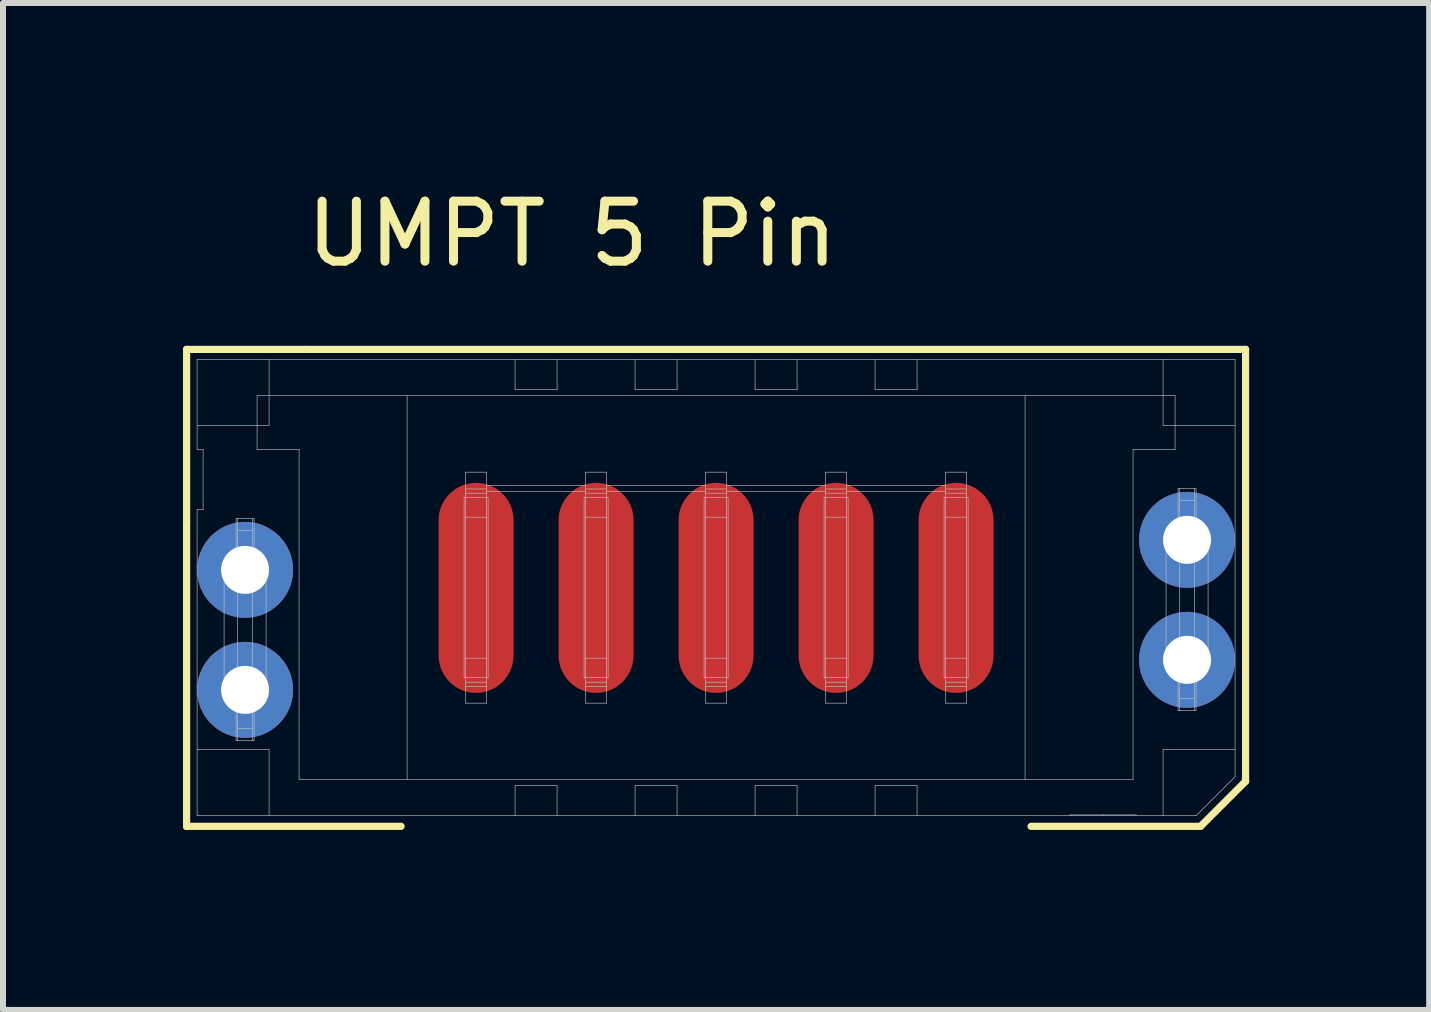
<source format=kicad_pcb>
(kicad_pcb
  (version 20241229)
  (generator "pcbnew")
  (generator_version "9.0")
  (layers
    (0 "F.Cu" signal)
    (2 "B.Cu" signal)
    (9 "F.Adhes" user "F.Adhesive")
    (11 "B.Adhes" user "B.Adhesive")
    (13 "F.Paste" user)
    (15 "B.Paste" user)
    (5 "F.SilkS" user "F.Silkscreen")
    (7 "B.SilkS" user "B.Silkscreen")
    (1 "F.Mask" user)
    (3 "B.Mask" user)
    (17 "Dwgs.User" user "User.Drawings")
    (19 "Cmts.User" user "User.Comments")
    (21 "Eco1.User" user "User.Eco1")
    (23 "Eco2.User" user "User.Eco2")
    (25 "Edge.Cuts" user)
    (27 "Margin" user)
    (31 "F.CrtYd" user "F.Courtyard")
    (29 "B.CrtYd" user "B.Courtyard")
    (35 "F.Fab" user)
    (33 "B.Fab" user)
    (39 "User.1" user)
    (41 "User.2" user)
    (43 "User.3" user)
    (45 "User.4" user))
  (footprint "UMPT 5 Pin"
    (layer "F.Cu")
    (at 8.885 6.748)
    (property "Reference" "UMPT 5 Pin" (at -2.4 -5.9 0) (layer "F.SilkS") (effects (font (size 1 1) (thickness 0.15))))
    (attr through_hole)
    (fp_line (start -8.825 -3.975) (end -6.825 -3.975) (stroke (width 0.12) (type solid)) (layer "F.SilkS"))
    (fp_line (start -8.825 -1.1) (end -8.825 -3.975) (stroke (width 0.12) (type solid)) (layer "F.SilkS"))
    (fp_line (start -8.825 3.975) (end -8.825 -1.1) (stroke (width 0.12) (type solid)) (layer "F.SilkS"))
    (fp_line (start -8.825 3.975) (end -5.25 3.975) (stroke (width 0.12) (type solid)) (layer "F.SilkS"))
    (fp_line (start -8.8 3.975) (end -8.825 3.975) (stroke (width 0.12) (type solid)) (layer "F.SilkS"))
    (fp_line (start -6.825 -3.975) (end 8.825 -3.975) (stroke (width 0.12) (type solid)) (layer "F.SilkS"))
    (fp_line (start 8.075 3.975) (end 5.25 3.975) (stroke (width 0.12) (type solid)) (layer "F.SilkS"))
    (fp_line (start 8.825 -3.975) (end 8.825 3.225) (stroke (width 0.12) (type solid)) (layer "F.SilkS"))
    (fp_line (start 8.825 3.225) (end 8.075 3.975) (stroke (width 0.12) (type solid)) (layer "F.SilkS"))
    (fp_line (start -8.65 -3.803) (end -8.65 -2.303) (stroke (width 0.01) (type solid)) (layer "Dwgs.User"))
    (fp_line (start -8.65 -2.303) (end -8.55 -2.303) (stroke (width 0.01) (type solid)) (layer "Dwgs.User"))
    (fp_line (start -8.65 -1.303) (end -8.65 3.797) (stroke (width 0.01) (type solid)) (layer "Dwgs.User"))
    (fp_line (start -8.65 2.697) (end -7.45 2.697) (stroke (width 0.01) (type solid)) (layer "Dwgs.User"))
    (fp_line (start -8.65 3.797) (end 8 3.797) (stroke (width 0.01) (type solid)) (layer "Dwgs.User"))
    (fp_line (start -8.55 -2.303) (end -8.55 -1.303) (stroke (width 0.01) (type solid)) (layer "Dwgs.User"))
    (fp_line (start -8.55 -1.303) (end -8.65 -1.303) (stroke (width 0.01) (type solid)) (layer "Dwgs.User"))
    (fp_line (start -8.2 -0.303) (end -8.2 1.697) (stroke (width 0.01) (type solid)) (layer "Dwgs.User"))
    (fp_line (start -8.2 1.697) (end -8 1.697) (stroke (width 0.01) (type solid)) (layer "Dwgs.User"))
    (fp_line (start -8 -1.153) (end -8 -0.303) (stroke (width 0.01) (type solid)) (layer "Dwgs.User"))
    (fp_line (start -8 -0.303) (end -8.2 -0.303) (stroke (width 0.01) (type solid)) (layer "Dwgs.User"))
    (fp_line (start -8 1.697) (end -8 2.547) (stroke (width 0.01) (type solid)) (layer "Dwgs.User"))
    (fp_line (start -8 2.547) (end -7.7 2.547) (stroke (width 0.01) (type solid)) (layer "Dwgs.User"))
    (fp_line (start -7.975 -1.153) (end -7.975 2.547) (stroke (width 0.01) (type solid)) (layer "Dwgs.User"))
    (fp_line (start -7.975 -0.559) (end -7.725 -0.559) (stroke (width 0.01) (type solid)) (layer "Dwgs.User"))
    (fp_line (start -7.975 1.441) (end -7.725 1.441) (stroke (width 0.01) (type solid)) (layer "Dwgs.User"))
    (fp_line (start -7.725 -1.153) (end -7.725 2.547) (stroke (width 0.01) (type solid)) (layer "Dwgs.User"))
    (fp_line (start -7.725 -0.953) (end -7.975 -0.953) (stroke (width 0.01) (type solid)) (layer "Dwgs.User"))
    (fp_line (start -7.725 -0.623) (end -7.975 -0.623) (stroke (width 0.01) (type solid)) (layer "Dwgs.User"))
    (fp_line (start -7.725 -0.373) (end -7.975 -0.373) (stroke (width 0.01) (type solid)) (layer "Dwgs.User"))
    (fp_line (start -7.725 -0.233) (end -7.975 -0.233) (stroke (width 0.01) (type solid)) (layer "Dwgs.User"))
    (fp_line (start -7.725 -0.153) (end -7.975 -0.153) (stroke (width 0.01) (type solid)) (layer "Dwgs.User"))
    (fp_line (start -7.725 -0.046) (end -7.975 -0.046) (stroke (width 0.01) (type solid)) (layer "Dwgs.User"))
    (fp_line (start -7.725 0.017) (end -7.975 0.017) (stroke (width 0.01) (type solid)) (layer "Dwgs.User"))
    (fp_line (start -7.725 1.377) (end -7.975 1.377) (stroke (width 0.01) (type solid)) (layer "Dwgs.User"))
    (fp_line (start -7.725 1.547) (end -7.975 1.547) (stroke (width 0.01) (type solid)) (layer "Dwgs.User"))
    (fp_line (start -7.725 1.627) (end -7.975 1.627) (stroke (width 0.01) (type solid)) (layer "Dwgs.User"))
    (fp_line (start -7.725 1.767) (end -7.975 1.767) (stroke (width 0.01) (type solid)) (layer "Dwgs.User"))
    (fp_line (start -7.725 1.954) (end -7.975 1.954) (stroke (width 0.01) (type solid)) (layer "Dwgs.User"))
    (fp_line (start -7.725 2.017) (end -7.975 2.017) (stroke (width 0.01) (type solid)) (layer "Dwgs.User"))
    (fp_line (start -7.725 2.347) (end -7.975 2.347) (stroke (width 0.01) (type solid)) (layer "Dwgs.User"))
    (fp_line (start -7.7 -1.153) (end -8 -1.153) (stroke (width 0.01) (type solid)) (layer "Dwgs.User"))
    (fp_line (start -7.7 -0.303) (end -7.7 -1.153) (stroke (width 0.01) (type solid)) (layer "Dwgs.User"))
    (fp_line (start -7.7 1.697) (end -7.5 1.697) (stroke (width 0.01) (type solid)) (layer "Dwgs.User"))
    (fp_line (start -7.7 2.547) (end -7.7 1.697) (stroke (width 0.01) (type solid)) (layer "Dwgs.User"))
    (fp_line (start -7.65 -3.203) (end -7.65 -2.303) (stroke (width 0.01) (type solid)) (layer "Dwgs.User"))
    (fp_line (start -7.65 -2.303) (end -6.95 -2.303) (stroke (width 0.01) (type solid)) (layer "Dwgs.User"))
    (fp_line (start -7.5 -0.303) (end -7.7 -0.303) (stroke (width 0.01) (type solid)) (layer "Dwgs.User"))
    (fp_line (start -7.5 1.697) (end -7.5 -0.303) (stroke (width 0.01) (type solid)) (layer "Dwgs.User"))
    (fp_line (start -7.45 -2.703) (end -8.65 -2.703) (stroke (width 0.01) (type solid)) (layer "Dwgs.User"))
    (fp_line (start -7.45 2.697) (end -7.45 3.797) (stroke (width 0.01) (type solid)) (layer "Dwgs.User"))
    (fp_line (start -7.45 -3.803) (end -7.45 -2.703) (stroke (width 0.01) (type solid)) (layer "Dwgs.User"))
    (fp_line (start -6.95 -2.303) (end -6.95 3.197) (stroke (width 0.01) (type solid)) (layer "Dwgs.User"))
    (fp_line (start -6.95 3.197) (end 6.95 3.197) (stroke (width 0.01) (type solid)) (layer "Dwgs.User"))
    (fp_line (start -5.15 3.197) (end -5.15 -3.203) (stroke (width 0.01) (type solid)) (layer "Dwgs.User"))
    (fp_line (start -4.2 -1.503) (end -4.2 1.497) (stroke (width 0.01) (type solid)) (layer "Dwgs.User"))
    (fp_line (start -4.2 1.497) (end -4.175 1.497) (stroke (width 0.01) (type solid)) (layer "Dwgs.User"))
    (fp_line (start -4.175 -1.928) (end -4.175 1.922) (stroke (width 0.01) (type solid)) (layer "Dwgs.User"))
    (fp_line (start -4.175 -1.648) (end -3.825 -1.648) (stroke (width 0.01) (type solid)) (layer "Dwgs.User"))
    (fp_line (start -4.175 -1.503) (end -4.2 -1.503) (stroke (width 0.01) (type solid)) (layer "Dwgs.User"))
    (fp_line (start -4.175 1.497) (end -3.825 1.497) (stroke (width 0.01) (type solid)) (layer "Dwgs.User"))
    (fp_line (start -3.825 -1.928) (end -4.175 -1.928) (stroke (width 0.01) (type solid)) (layer "Dwgs.User"))
    (fp_line (start -3.825 -1.578) (end -4.175 -1.578) (stroke (width 0.01) (type solid)) (layer "Dwgs.User"))
    (fp_line (start -3.825 -1.503) (end -4.175 -1.503) (stroke (width 0.01) (type solid)) (layer "Dwgs.User"))
    (fp_line (start -3.825 -1.178) (end -4.175 -1.178) (stroke (width 0.01) (type solid)) (layer "Dwgs.User"))
    (fp_line (start -3.825 1.172) (end -4.175 1.172) (stroke (width 0.01) (type solid)) (layer "Dwgs.User"))
    (fp_line (start -3.825 1.497) (end -3.8 1.497) (stroke (width 0.01) (type solid)) (layer "Dwgs.User"))
    (fp_line (start -3.825 1.572) (end -4.175 1.572) (stroke (width 0.01) (type solid)) (layer "Dwgs.User"))
    (fp_line (start -3.825 1.642) (end -4.175 1.642) (stroke (width 0.01) (type solid)) (layer "Dwgs.User"))
    (fp_line (start -3.825 1.922) (end -4.175 1.922) (stroke (width 0.01) (type solid)) (layer "Dwgs.User"))
    (fp_line (start -3.825 1.922) (end -3.825 -1.928) (stroke (width 0.01) (type solid)) (layer "Dwgs.User"))
    (fp_line (start -3.8 -1.503) (end -3.825 -1.503) (stroke (width 0.01) (type solid)) (layer "Dwgs.User"))
    (fp_line (start -3.8 1.497) (end -3.8 -1.503) (stroke (width 0.01) (type solid)) (layer "Dwgs.User"))
    (fp_line (start -3.35 -3.303) (end -3.35 -3.803) (stroke (width 0.01) (type solid)) (layer "Dwgs.User"))
    (fp_line (start -3.35 3.297) (end -3.35 3.797) (stroke (width 0.01) (type solid)) (layer "Dwgs.User"))
    (fp_line (start -2.65 -3.303) (end -3.35 -3.303) (stroke (width 0.01) (type solid)) (layer "Dwgs.User"))
    (fp_line (start -2.65 -3.303) (end -2.65 -3.803) (stroke (width 0.01) (type solid)) (layer "Dwgs.User"))
    (fp_line (start -2.65 3.297) (end -3.35 3.297) (stroke (width 0.01) (type solid)) (layer "Dwgs.User"))
    (fp_line (start -2.65 3.297) (end -2.65 3.797) (stroke (width 0.01) (type solid)) (layer "Dwgs.User"))
    (fp_line (start -2.2 -1.503) (end -2.2 1.497) (stroke (width 0.01) (type solid)) (layer "Dwgs.User"))
    (fp_line (start -2.2 1.497) (end -2.175 1.497) (stroke (width 0.01) (type solid)) (layer "Dwgs.User"))
    (fp_line (start -2.175 -1.928) (end -2.175 1.922) (stroke (width 0.01) (type solid)) (layer "Dwgs.User"))
    (fp_line (start -2.175 -1.703) (end -3.825 -1.703) (stroke (width 0.01) (type solid)) (layer "Dwgs.User"))
    (fp_line (start -2.175 -1.603) (end -3.825 -1.603) (stroke (width 0.01) (type solid)) (layer "Dwgs.User"))
    (fp_line (start -2.175 -1.503) (end -2.2 -1.503) (stroke (width 0.01) (type solid)) (layer "Dwgs.User"))
    (fp_line (start -2.175 1.497) (end -1.825 1.497) (stroke (width 0.01) (type solid)) (layer "Dwgs.User"))
    (fp_line (start -1.825 -1.928) (end -2.175 -1.928) (stroke (width 0.01) (type solid)) (layer "Dwgs.User"))
    (fp_line (start -1.825 -1.648) (end -2.175 -1.648) (stroke (width 0.01) (type solid)) (layer "Dwgs.User"))
    (fp_line (start -1.825 -1.578) (end -2.175 -1.578) (stroke (width 0.01) (type solid)) (layer "Dwgs.User"))
    (fp_line (start -1.825 -1.503) (end -2.175 -1.503) (stroke (width 0.01) (type solid)) (layer "Dwgs.User"))
    (fp_line (start -1.825 -1.178) (end -2.175 -1.178) (stroke (width 0.01) (type solid)) (layer "Dwgs.User"))
    (fp_line (start -1.825 1.172) (end -2.175 1.172) (stroke (width 0.01) (type solid)) (layer "Dwgs.User"))
    (fp_line (start -1.825 1.497) (end -1.8 1.497) (stroke (width 0.01) (type solid)) (layer "Dwgs.User"))
    (fp_line (start -1.825 1.572) (end -2.175 1.572) (stroke (width 0.01) (type solid)) (layer "Dwgs.User"))
    (fp_line (start -1.825 1.642) (end -2.175 1.642) (stroke (width 0.01) (type solid)) (layer "Dwgs.User"))
    (fp_line (start -1.825 1.922) (end -2.175 1.922) (stroke (width 0.01) (type solid)) (layer "Dwgs.User"))
    (fp_line (start -1.825 1.922) (end -1.825 -1.928) (stroke (width 0.01) (type solid)) (layer "Dwgs.User"))
    (fp_line (start -1.8 -1.503) (end -1.825 -1.503) (stroke (width 0.01) (type solid)) (layer "Dwgs.User"))
    (fp_line (start -1.8 1.497) (end -1.8 -1.503) (stroke (width 0.01) (type solid)) (layer "Dwgs.User"))
    (fp_line (start -1.35 -3.303) (end -1.35 -3.803) (stroke (width 0.01) (type solid)) (layer "Dwgs.User"))
    (fp_line (start -1.35 3.297) (end -1.35 3.797) (stroke (width 0.01) (type solid)) (layer "Dwgs.User"))
    (fp_line (start -0.65 -3.303) (end -1.35 -3.303) (stroke (width 0.01) (type solid)) (layer "Dwgs.User"))
    (fp_line (start -0.65 -3.303) (end -0.65 -3.803) (stroke (width 0.01) (type solid)) (layer "Dwgs.User"))
    (fp_line (start -0.65 3.297) (end -1.35 3.297) (stroke (width 0.01) (type solid)) (layer "Dwgs.User"))
    (fp_line (start -0.65 3.297) (end -0.65 3.797) (stroke (width 0.01) (type solid)) (layer "Dwgs.User"))
    (fp_line (start -0.2 -1.503) (end -0.2 1.497) (stroke (width 0.01) (type solid)) (layer "Dwgs.User"))
    (fp_line (start -0.2 1.497) (end -0.175 1.497) (stroke (width 0.01) (type solid)) (layer "Dwgs.User"))
    (fp_line (start -0.175 -1.928) (end -0.175 1.922) (stroke (width 0.01) (type solid)) (layer "Dwgs.User"))
    (fp_line (start -0.175 -1.703) (end -1.825 -1.703) (stroke (width 0.01) (type solid)) (layer "Dwgs.User"))
    (fp_line (start -0.175 -1.603) (end -1.825 -1.603) (stroke (width 0.01) (type solid)) (layer "Dwgs.User"))
    (fp_line (start -0.175 -1.503) (end -0.2 -1.503) (stroke (width 0.01) (type solid)) (layer "Dwgs.User"))
    (fp_line (start -0.175 1.497) (end 0.175 1.497) (stroke (width 0.01) (type solid)) (layer "Dwgs.User"))
    (fp_line (start 0.175 -1.928) (end -0.175 -1.928) (stroke (width 0.01) (type solid)) (layer "Dwgs.User"))
    (fp_line (start 0.175 -1.648) (end -0.175 -1.648) (stroke (width 0.01) (type solid)) (layer "Dwgs.User"))
    (fp_line (start 0.175 -1.578) (end -0.175 -1.578) (stroke (width 0.01) (type solid)) (layer "Dwgs.User"))
    (fp_line (start 0.175 -1.503) (end -0.175 -1.503) (stroke (width 0.01) (type solid)) (layer "Dwgs.User"))
    (fp_line (start 0.175 -1.178) (end -0.175 -1.178) (stroke (width 0.01) (type solid)) (layer "Dwgs.User"))
    (fp_line (start 0.175 1.172) (end -0.175 1.172) (stroke (width 0.01) (type solid)) (layer "Dwgs.User"))
    (fp_line (start 0.175 1.497) (end 0.2 1.497) (stroke (width 0.01) (type solid)) (layer "Dwgs.User"))
    (fp_line (start 0.175 1.572) (end -0.175 1.572) (stroke (width 0.01) (type solid)) (layer "Dwgs.User"))
    (fp_line (start 0.175 1.642) (end -0.175 1.642) (stroke (width 0.01) (type solid)) (layer "Dwgs.User"))
    (fp_line (start 0.175 1.922) (end -0.175 1.922) (stroke (width 0.01) (type solid)) (layer "Dwgs.User"))
    (fp_line (start 0.175 1.922) (end 0.175 -1.928) (stroke (width 0.01) (type solid)) (layer "Dwgs.User"))
    (fp_line (start 0.2 -1.503) (end 0.175 -1.503) (stroke (width 0.01) (type solid)) (layer "Dwgs.User"))
    (fp_line (start 0.2 1.497) (end 0.2 -1.503) (stroke (width 0.01) (type solid)) (layer "Dwgs.User"))
    (fp_line (start 0.65 -3.303) (end 0.65 -3.803) (stroke (width 0.01) (type solid)) (layer "Dwgs.User"))
    (fp_line (start 0.65 3.297) (end 0.65 3.797) (stroke (width 0.01) (type solid)) (layer "Dwgs.User"))
    (fp_line (start 1.35 -3.303) (end 0.65 -3.303) (stroke (width 0.01) (type solid)) (layer "Dwgs.User"))
    (fp_line (start 1.35 -3.303) (end 1.35 -3.803) (stroke (width 0.01) (type solid)) (layer "Dwgs.User"))
    (fp_line (start 1.35 3.297) (end 0.65 3.297) (stroke (width 0.01) (type solid)) (layer "Dwgs.User"))
    (fp_line (start 1.35 3.297) (end 1.35 3.797) (stroke (width 0.01) (type solid)) (layer "Dwgs.User"))
    (fp_line (start 1.8 -1.503) (end 1.8 1.497) (stroke (width 0.01) (type solid)) (layer "Dwgs.User"))
    (fp_line (start 1.8 1.497) (end 1.825 1.497) (stroke (width 0.01) (type solid)) (layer "Dwgs.User"))
    (fp_line (start 1.825 -1.928) (end 1.825 1.922) (stroke (width 0.01) (type solid)) (layer "Dwgs.User"))
    (fp_line (start 1.825 -1.703) (end 0.175 -1.703) (stroke (width 0.01) (type solid)) (layer "Dwgs.User"))
    (fp_line (start 1.825 -1.603) (end 0.175 -1.603) (stroke (width 0.01) (type solid)) (layer "Dwgs.User"))
    (fp_line (start 1.825 -1.503) (end 1.8 -1.503) (stroke (width 0.01) (type solid)) (layer "Dwgs.User"))
    (fp_line (start 1.825 1.497) (end 2.175 1.497) (stroke (width 0.01) (type solid)) (layer "Dwgs.User"))
    (fp_line (start 2.175 -1.928) (end 1.825 -1.928) (stroke (width 0.01) (type solid)) (layer "Dwgs.User"))
    (fp_line (start 2.175 -1.648) (end 1.825 -1.648) (stroke (width 0.01) (type solid)) (layer "Dwgs.User"))
    (fp_line (start 2.175 -1.578) (end 1.825 -1.578) (stroke (width 0.01) (type solid)) (layer "Dwgs.User"))
    (fp_line (start 2.175 -1.503) (end 1.825 -1.503) (stroke (width 0.01) (type solid)) (layer "Dwgs.User"))
    (fp_line (start 2.175 -1.178) (end 1.825 -1.178) (stroke (width 0.01) (type solid)) (layer "Dwgs.User"))
    (fp_line (start 2.175 1.172) (end 1.825 1.172) (stroke (width 0.01) (type solid)) (layer "Dwgs.User"))
    (fp_line (start 2.175 1.497) (end 2.2 1.497) (stroke (width 0.01) (type solid)) (layer "Dwgs.User"))
    (fp_line (start 2.175 1.572) (end 1.825 1.572) (stroke (width 0.01) (type solid)) (layer "Dwgs.User"))
    (fp_line (start 2.175 1.642) (end 1.825 1.642) (stroke (width 0.01) (type solid)) (layer "Dwgs.User"))
    (fp_line (start 2.175 1.922) (end 1.825 1.922) (stroke (width 0.01) (type solid)) (layer "Dwgs.User"))
    (fp_line (start 2.175 1.922) (end 2.175 -1.928) (stroke (width 0.01) (type solid)) (layer "Dwgs.User"))
    (fp_line (start 2.2 -1.503) (end 2.175 -1.503) (stroke (width 0.01) (type solid)) (layer "Dwgs.User"))
    (fp_line (start 2.2 1.497) (end 2.2 -1.503) (stroke (width 0.01) (type solid)) (layer "Dwgs.User"))
    (fp_line (start 2.65 -3.303) (end 2.65 -3.803) (stroke (width 0.01) (type solid)) (layer "Dwgs.User"))
    (fp_line (start 2.65 3.297) (end 2.65 3.797) (stroke (width 0.01) (type solid)) (layer "Dwgs.User"))
    (fp_line (start 3.35 -3.303) (end 2.65 -3.303) (stroke (width 0.01) (type solid)) (layer "Dwgs.User"))
    (fp_line (start 3.35 -3.303) (end 3.35 -3.803) (stroke (width 0.01) (type solid)) (layer "Dwgs.User"))
    (fp_line (start 3.35 3.297) (end 2.65 3.297) (stroke (width 0.01) (type solid)) (layer "Dwgs.User"))
    (fp_line (start 3.35 3.297) (end 3.35 3.797) (stroke (width 0.01) (type solid)) (layer "Dwgs.User"))
    (fp_line (start 3.8 -1.503) (end 3.8 1.497) (stroke (width 0.01) (type solid)) (layer "Dwgs.User"))
    (fp_line (start 3.8 1.497) (end 3.825 1.497) (stroke (width 0.01) (type solid)) (layer "Dwgs.User"))
    (fp_line (start 3.825 -1.928) (end 3.825 1.922) (stroke (width 0.01) (type solid)) (layer "Dwgs.User"))
    (fp_line (start 3.825 -1.703) (end 2.175 -1.703) (stroke (width 0.01) (type solid)) (layer "Dwgs.User"))
    (fp_line (start 3.825 -1.603) (end 2.175 -1.603) (stroke (width 0.01) (type solid)) (layer "Dwgs.User"))
    (fp_line (start 3.825 -1.503) (end 3.8 -1.503) (stroke (width 0.01) (type solid)) (layer "Dwgs.User"))
    (fp_line (start 3.825 1.497) (end 4.175 1.497) (stroke (width 0.01) (type solid)) (layer "Dwgs.User"))
    (fp_line (start 4.175 -1.928) (end 3.825 -1.928) (stroke (width 0.01) (type solid)) (layer "Dwgs.User"))
    (fp_line (start 4.175 -1.648) (end 3.825 -1.648) (stroke (width 0.01) (type solid)) (layer "Dwgs.User"))
    (fp_line (start 4.175 -1.578) (end 3.825 -1.578) (stroke (width 0.01) (type solid)) (layer "Dwgs.User"))
    (fp_line (start 4.175 -1.503) (end 3.825 -1.503) (stroke (width 0.01) (type solid)) (layer "Dwgs.User"))
    (fp_line (start 4.175 -1.178) (end 3.825 -1.178) (stroke (width 0.01) (type solid)) (layer "Dwgs.User"))
    (fp_line (start 4.175 1.172) (end 3.825 1.172) (stroke (width 0.01) (type solid)) (layer "Dwgs.User"))
    (fp_line (start 4.175 1.497) (end 4.2 1.497) (stroke (width 0.01) (type solid)) (layer "Dwgs.User"))
    (fp_line (start 4.175 1.572) (end 3.825 1.572) (stroke (width 0.01) (type solid)) (layer "Dwgs.User"))
    (fp_line (start 4.175 1.642) (end 3.825 1.642) (stroke (width 0.01) (type solid)) (layer "Dwgs.User"))
    (fp_line (start 4.175 1.922) (end 3.825 1.922) (stroke (width 0.01) (type solid)) (layer "Dwgs.User"))
    (fp_line (start 4.175 1.922) (end 4.175 -1.928) (stroke (width 0.01) (type solid)) (layer "Dwgs.User"))
    (fp_line (start 4.2 -1.503) (end 4.175 -1.503) (stroke (width 0.01) (type solid)) (layer "Dwgs.User"))
    (fp_line (start 4.2 1.497) (end 4.2 -1.503) (stroke (width 0.01) (type solid)) (layer "Dwgs.User"))
    (fp_line (start 5.15 -3.203) (end 5.15 3.197) (stroke (width 0.01) (type solid)) (layer "Dwgs.User"))
    (fp_line (start 5.9 3.784) (end 5.9 3.797) (stroke (width 0.01) (type solid)) (layer "Dwgs.User"))
    (fp_line (start 6.45 3.784) (end 6.45 3.797) (stroke (width 0.01) (type solid)) (layer "Dwgs.User"))
    (fp_line (start 6.95 -2.303) (end 7.65 -2.303) (stroke (width 0.01) (type solid)) (layer "Dwgs.User"))
    (fp_line (start 6.95 3.197) (end 6.95 -2.303) (stroke (width 0.01) (type solid)) (layer "Dwgs.User"))
    (fp_line (start 7 3.784) (end 5.9 3.784) (stroke (width 0.01) (type solid)) (layer "Dwgs.User"))
    (fp_line (start 7 3.784) (end 7 3.797) (stroke (width 0.01) (type solid)) (layer "Dwgs.User"))
    (fp_line (start 7.45 3.797) (end 7.45 2.697) (stroke (width 0.01) (type solid)) (layer "Dwgs.User"))
    (fp_line (start 7.45 -2.703) (end 7.45 -3.803) (stroke (width 0.01) (type solid)) (layer "Dwgs.User"))
    (fp_line (start 7.45 2.697) (end 8.65 2.697) (stroke (width 0.01) (type solid)) (layer "Dwgs.User"))
    (fp_line (start 7.5 -0.803) (end 7.5 1.197) (stroke (width 0.01) (type solid)) (layer "Dwgs.User"))
    (fp_line (start 7.5 1.197) (end 7.7 1.197) (stroke (width 0.01) (type solid)) (layer "Dwgs.User"))
    (fp_line (start 7.65 -3.203) (end -7.65 -3.203) (stroke (width 0.01) (type solid)) (layer "Dwgs.User"))
    (fp_line (start 7.65 -2.303) (end 7.65 -3.203) (stroke (width 0.01) (type solid)) (layer "Dwgs.User"))
    (fp_line (start 7.7 -1.653) (end 7.7 -0.803) (stroke (width 0.01) (type solid)) (layer "Dwgs.User"))
    (fp_line (start 7.7 -0.803) (end 7.5 -0.803) (stroke (width 0.01) (type solid)) (layer "Dwgs.User"))
    (fp_line (start 7.7 1.197) (end 7.7 2.047) (stroke (width 0.01) (type solid)) (layer "Dwgs.User"))
    (fp_line (start 7.7 2.047) (end 8 2.047) (stroke (width 0.01) (type solid)) (layer "Dwgs.User"))
    (fp_line (start 7.725 -1.653) (end 7.725 2.047) (stroke (width 0.01) (type solid)) (layer "Dwgs.User"))
    (fp_line (start 7.725 -1.059) (end 7.975 -1.059) (stroke (width 0.01) (type solid)) (layer "Dwgs.User"))
    (fp_line (start 7.725 0.941) (end 7.975 0.941) (stroke (width 0.01) (type solid)) (layer "Dwgs.User"))
    (fp_line (start 7.975 -1.653) (end 7.975 2.047) (stroke (width 0.01) (type solid)) (layer "Dwgs.User"))
    (fp_line (start 7.975 -1.453) (end 7.725 -1.453) (stroke (width 0.01) (type solid)) (layer "Dwgs.User"))
    (fp_line (start 7.975 -1.123) (end 7.725 -1.123) (stroke (width 0.01) (type solid)) (layer "Dwgs.User"))
    (fp_line (start 7.975 -0.873) (end 7.725 -0.873) (stroke (width 0.01) (type solid)) (layer "Dwgs.User"))
    (fp_line (start 7.975 -0.733) (end 7.725 -0.733) (stroke (width 0.01) (type solid)) (layer "Dwgs.User"))
    (fp_line (start 7.975 -0.653) (end 7.725 -0.653) (stroke (width 0.01) (type solid)) (layer "Dwgs.User"))
    (fp_line (start 7.975 -0.546) (end 7.725 -0.546) (stroke (width 0.01) (type solid)) (layer "Dwgs.User"))
    (fp_line (start 7.975 -0.483) (end 7.725 -0.483) (stroke (width 0.01) (type solid)) (layer "Dwgs.User"))
    (fp_line (start 7.975 0.877) (end 7.725 0.877) (stroke (width 0.01) (type solid)) (layer "Dwgs.User"))
    (fp_line (start 7.975 1.047) (end 7.725 1.047) (stroke (width 0.01) (type solid)) (layer "Dwgs.User"))
    (fp_line (start 7.975 1.127) (end 7.725 1.127) (stroke (width 0.01) (type solid)) (layer "Dwgs.User"))
    (fp_line (start 7.975 1.267) (end 7.725 1.267) (stroke (width 0.01) (type solid)) (layer "Dwgs.User"))
    (fp_line (start 7.975 1.454) (end 7.725 1.454) (stroke (width 0.01) (type solid)) (layer "Dwgs.User"))
    (fp_line (start 7.975 1.517) (end 7.725 1.517) (stroke (width 0.01) (type solid)) (layer "Dwgs.User"))
    (fp_line (start 7.975 1.847) (end 7.725 1.847) (stroke (width 0.01) (type solid)) (layer "Dwgs.User"))
    (fp_line (start 8 -1.653) (end 7.7 -1.653) (stroke (width 0.01) (type solid)) (layer "Dwgs.User"))
    (fp_line (start 8 -0.803) (end 8 -1.653) (stroke (width 0.01) (type solid)) (layer "Dwgs.User"))
    (fp_line (start 8 1.197) (end 8.2 1.197) (stroke (width 0.01) (type solid)) (layer "Dwgs.User"))
    (fp_line (start 8 2.047) (end 8 1.197) (stroke (width 0.01) (type solid)) (layer "Dwgs.User"))
    (fp_line (start 8 3.797) (end 8.65 3.147) (stroke (width 0.01) (type solid)) (layer "Dwgs.User"))
    (fp_line (start 8.2 -0.803) (end 8 -0.803) (stroke (width 0.01) (type solid)) (layer "Dwgs.User"))
    (fp_line (start 8.2 1.197) (end 8.2 -0.803) (stroke (width 0.01) (type solid)) (layer "Dwgs.User"))
    (fp_line (start 8.65 -3.803) (end -8.65 -3.803) (stroke (width 0.01) (type solid)) (layer "Dwgs.User"))
    (fp_line (start 8.65 -2.703) (end 7.45 -2.703) (stroke (width 0.01) (type solid)) (layer "Dwgs.User"))
    (fp_line (start 8.65 3.147) (end 8.65 -3.803) (stroke (width 0.01) (type solid)) (layer "Dwgs.User"))
    (pad "1" smd oval (at 4 0) (size 1.25 3.5) (layers "F.Cu" "F.Mask" "F.Paste"))
    (pad "2" smd oval (at 2 0) (size 1.25 3.5) (layers "F.Cu" "F.Mask" "F.Paste"))
    (pad "3" smd oval (at 0 0) (size 1.25 3.5) (layers "F.Cu" "F.Mask" "F.Paste"))
    (pad "4" smd oval (at -2 0) (size 1.25 3.5) (layers "F.Cu" "F.Mask" "F.Paste"))
    (pad "5" smd oval (at -4 0) (size 1.25 3.5) (layers "F.Cu" "F.Mask" "F.Paste"))
    (pad "6" thru_hole circle (at -7.85 -0.3) (size 1.6 1.6) (drill 0.8) (layers "*.Cu" "*.Mask"))
    (pad "7" thru_hole circle (at -7.85 1.7) (size 1.6 1.6) (drill 0.8) (layers "*.Cu" "*.Mask"))
    (pad "8" thru_hole circle (at 7.85 -0.8) (size 1.6 1.6) (drill 0.8) (layers "*.Cu" "*.Mask"))
    (pad "9" thru_hole circle (at 7.85 1.2) (size 1.6 1.6) (drill 0.8) (layers "*.Cu" "*.Mask")))
  (gr_rect
    (start -3 -3)
    (end 20.77 13.783)
    (stroke (width 0.1) (type default))
    (fill no)
    (layer "Edge.Cuts")))
</source>
